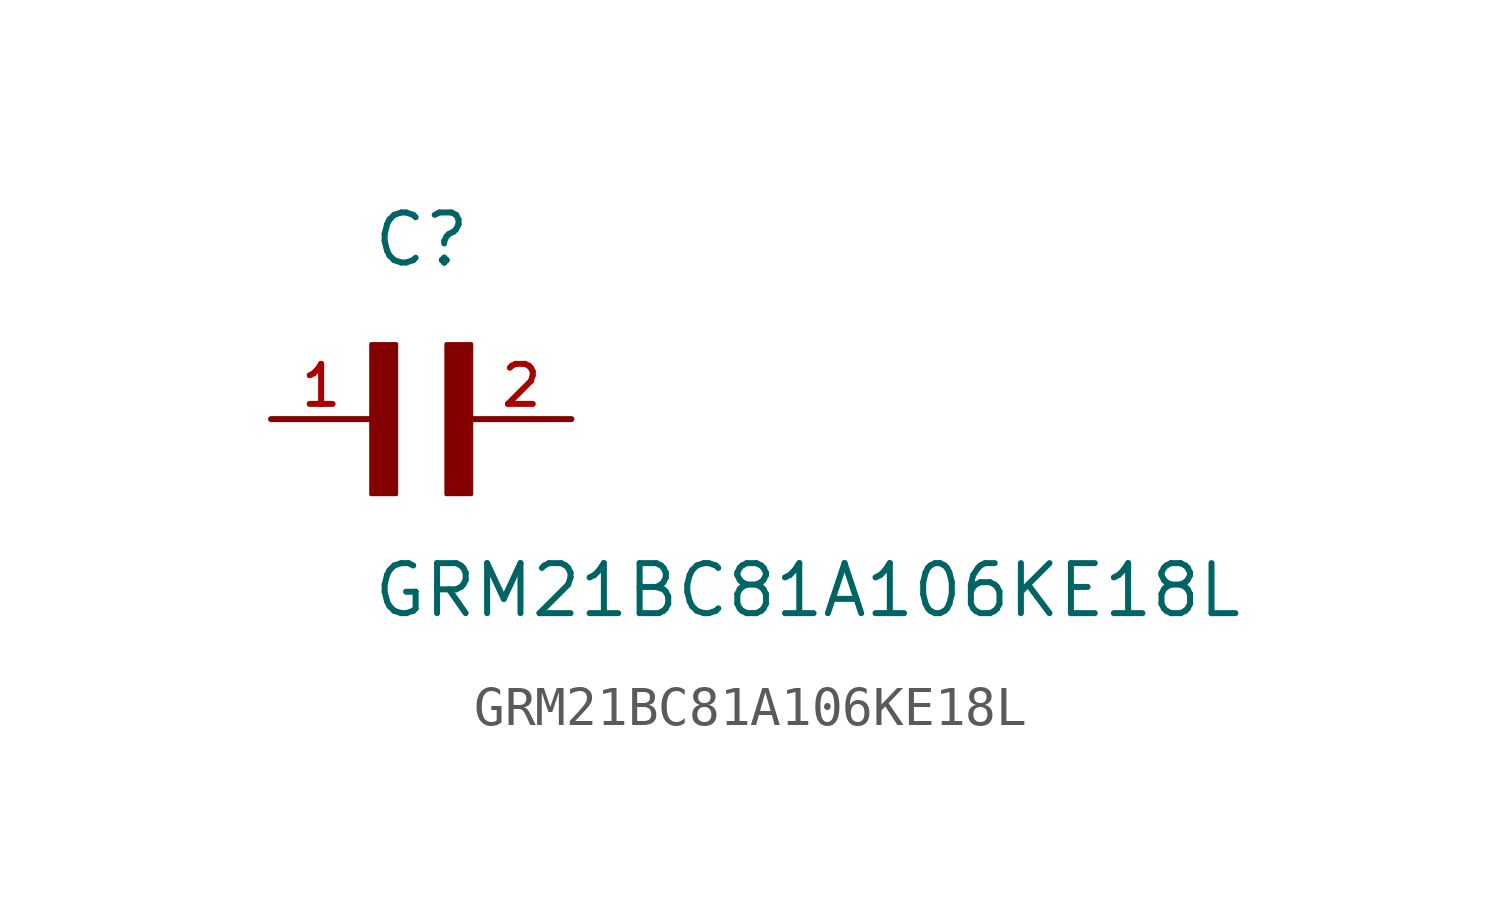
<source format=kicad_sym>
(kicad_symbol_lib
  (version 20211014)
  (generator kicad_symbol_editor)
  (symbol "GRM21BC81A106KE18L"
    (pin_names
      (offset 1.016))
    (property "Reference" "C"
      (at 0.0 3.811 0)
      (effects (font (size 1.27 1.27)) (justify bottom left)))
    (property "Value" "GRM21BC81A106KE18L"
      (at 0.0 -5.088 0)
      (effects (font (size 1.27 1.27)) (justify bottom left)))
    (symbol "GRM21BC81A106KE18L_0_0"
      (rectangle (start 0.0 -1.907) (end 0.635 1.905) (stroke (width 0.1)) (fill (type outline)))
      (rectangle (start 1.907 -1.907) (end 2.54 1.905) (stroke (width 0.1)) (fill (type outline)))
      (pin passive line (at 5.08 0.0 180.0) (length 2.54) (name "~" (effects (font (size 1.016 1.016)))) (number "2" (effects (font (size 1.016 1.016)))))
      (pin passive line (at -2.54 0.0 0) (length 2.54) (name "~" (effects (font (size 1.016 1.016)))) (number "1" (effects (font (size 1.016 1.016))))))))
</source>
